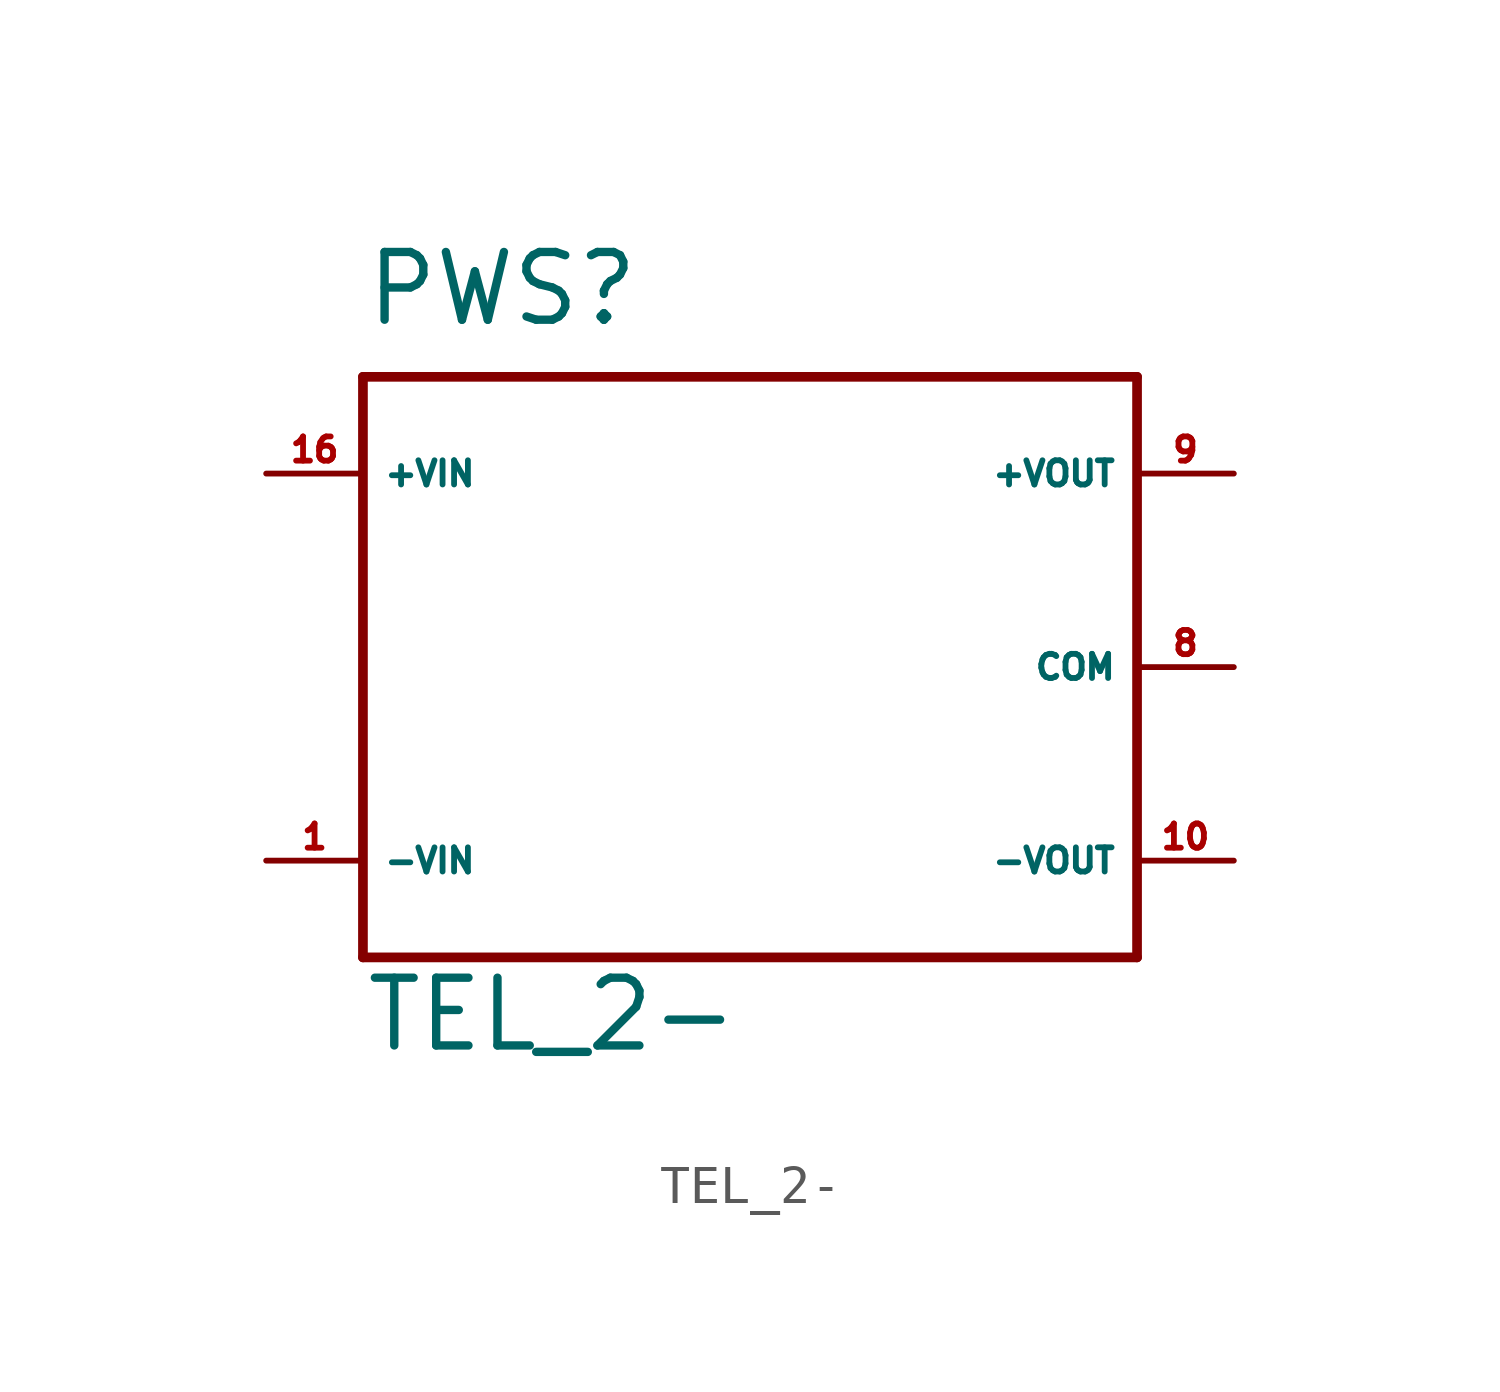
<source format=kicad_sym>
(kicad_symbol_lib
  (version 20220914)
  (generator Eagle2Kicad)
  (symbol "TEL_2-"
    (property "Reference" "PWS"
      (at -10.16 8.89 0)
      (effects (font (size 1.778 1.778) (thickness 0.22)) (justify left bottom)))
    (property "Value" "TEL_2-"
      (at -10.16 -10.16 0)
      (effects (font (size 1.778 1.778) (thickness 0.22)) (justify left bottom)))
    (polyline
      (pts (xy -10.16 7.62) (xy -10.16 -7.62))
      (stroke (width 0.254) (type default))
      (fill (type none)))
    (polyline
      (pts (xy -10.16 -7.62) (xy 10.16 -7.62))
      (stroke (width 0.254) (type default))
      (fill (type none)))
    (polyline
      (pts (xy 10.16 -7.62) (xy 10.16 7.62))
      (stroke (width 0.254) (type default))
      (fill (type none)))
    (polyline
      (pts (xy 10.16 7.62) (xy -10.16 7.62))
      (stroke (width 0.254) (type default))
      (fill (type none)))
    (pin input line
      (at -12.7 5.08 0)
      (length 2.54)
      (name "+VIN" (effects (font (size 0.635 0.635) (thickness 0.08)) (justify left bottom)))
      (number "16" (effects (font (size 0.635 0.635) (thickness 0.08)) (justify left bottom))))
    (pin input line
      (at -12.7 -5.08 0)
      (length 2.54)
      (name "-VIN" (effects (font (size 0.635 0.635) (thickness 0.08)) (justify left bottom)))
      (number "1" (effects (font (size 0.635 0.635) (thickness 0.08)) (justify left bottom))))
    (pin passive line
      (at 12.7 5.08 180)
      (length 2.54)
      (name "+VOUT" (effects (font (size 0.635 0.635) (thickness 0.08)) (justify left bottom)))
      (number "9" (effects (font (size 0.635 0.635) (thickness 0.08)) (justify left bottom))))
    (pin passive line
      (at 12.7 0 180)
      (length 2.54)
      (name "COM" (effects (font (size 0.635 0.635) (thickness 0.08)) (justify left bottom)))
      (number "8" (effects (font (size 0.635 0.635) (thickness 0.08)) (justify left bottom))))
    (pin passive line
      (at 12.7 -5.08 180)
      (length 2.54)
      (name "-VOUT" (effects (font (size 0.635 0.635) (thickness 0.08)) (justify left bottom)))
      (number "10" (effects (font (size 0.635 0.635) (thickness 0.08)) (justify left bottom))))))
</source>
